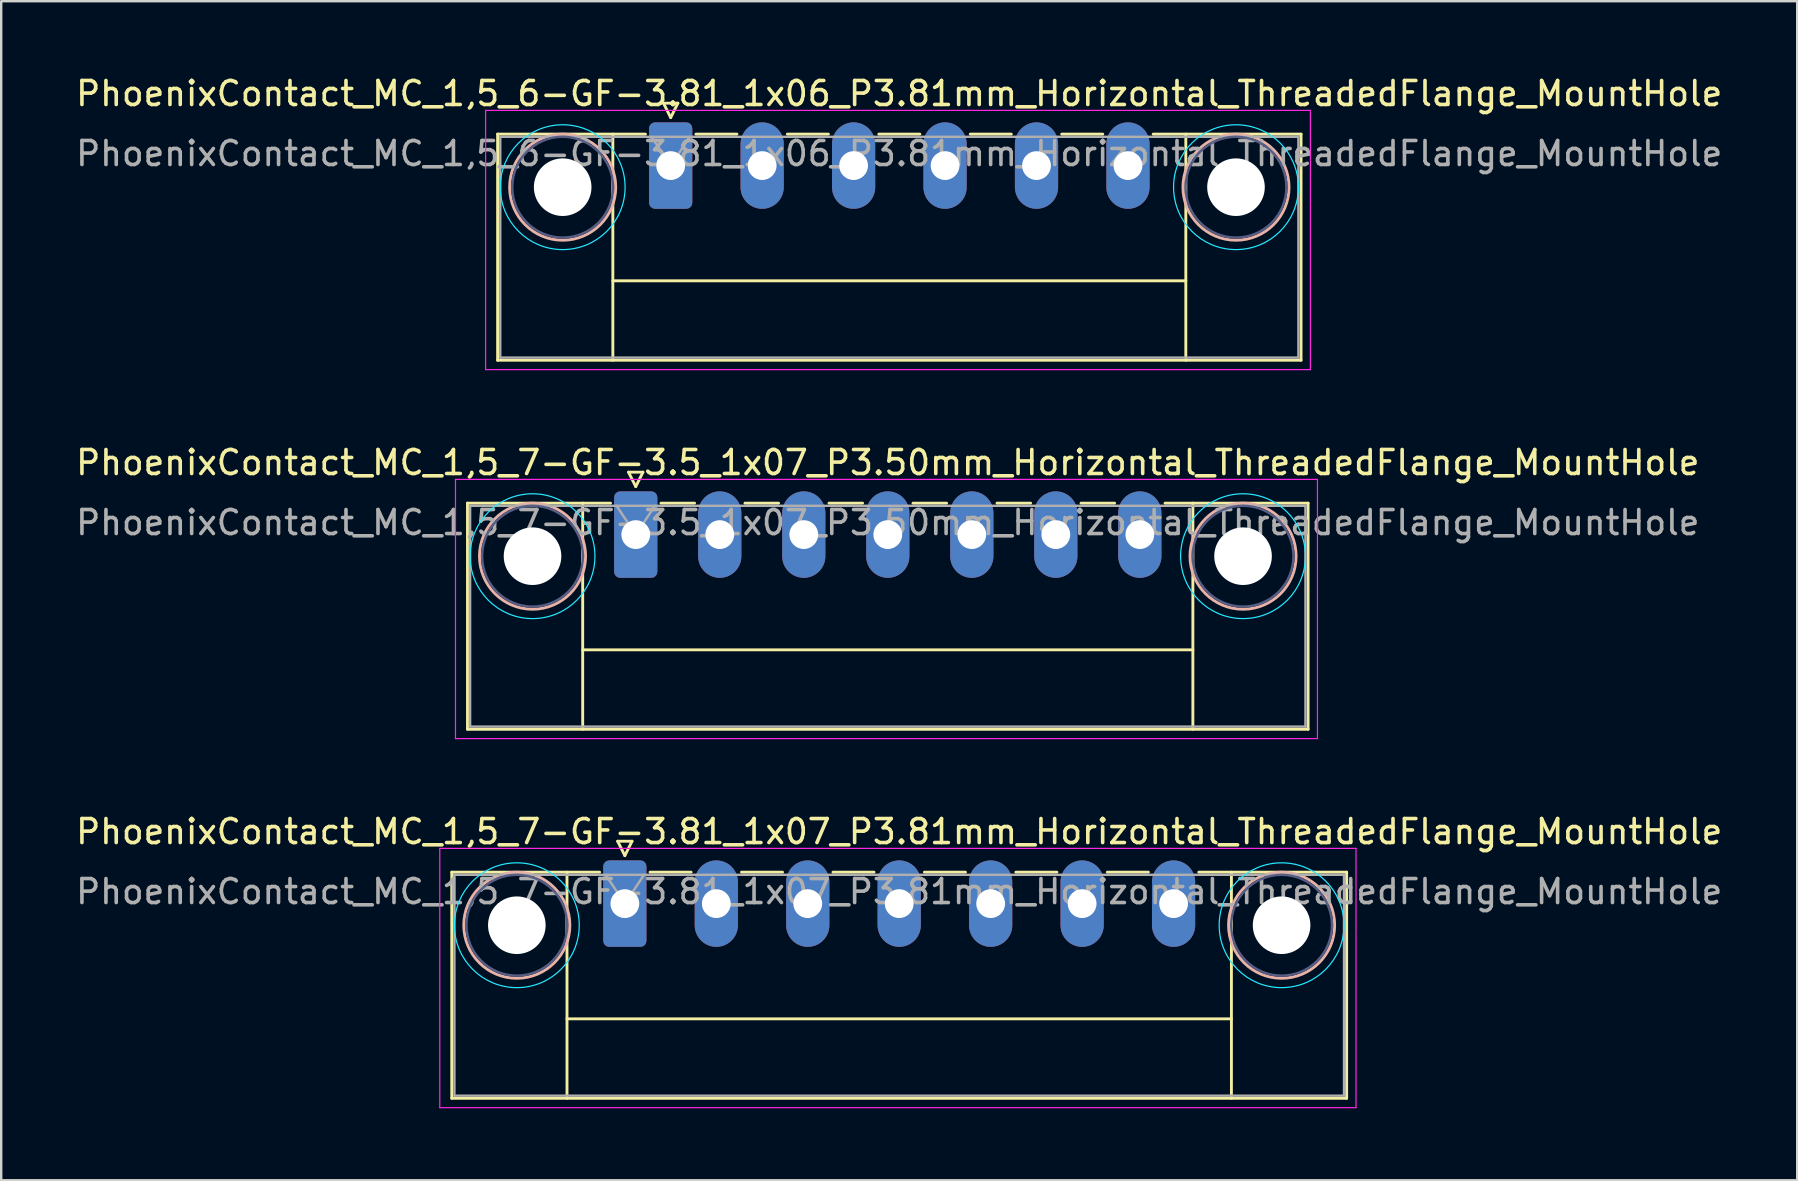
<source format=kicad_pcb>
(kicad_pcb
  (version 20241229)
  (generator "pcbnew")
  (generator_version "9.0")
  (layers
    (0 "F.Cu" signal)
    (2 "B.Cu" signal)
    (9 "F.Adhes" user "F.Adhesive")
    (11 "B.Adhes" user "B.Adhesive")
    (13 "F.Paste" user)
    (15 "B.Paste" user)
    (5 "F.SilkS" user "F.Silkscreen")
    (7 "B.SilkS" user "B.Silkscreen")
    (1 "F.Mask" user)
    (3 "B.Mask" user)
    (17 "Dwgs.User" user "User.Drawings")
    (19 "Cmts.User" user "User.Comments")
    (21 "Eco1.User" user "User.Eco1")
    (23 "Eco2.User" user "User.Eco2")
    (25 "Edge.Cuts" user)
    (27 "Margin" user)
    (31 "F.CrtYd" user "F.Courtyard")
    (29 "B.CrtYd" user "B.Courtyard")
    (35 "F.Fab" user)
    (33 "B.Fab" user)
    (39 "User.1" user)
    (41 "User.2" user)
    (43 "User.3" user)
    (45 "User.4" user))
  (footprint "PhoenixContact_MC_1,5_7-GF-3.5_1x07_P3.50mm_Horizontal_ThreadedFlange_MountHole"
    (layer "F.Cu")
    (at 23.435 19.221)
    (property "Reference" "PhoenixContact_MC_1,5_7-GF-3.5_1x07_P3.50mm_Horizontal_ThreadedFlange_MountHole" (at 10.5 -3 0) (layer "F.SilkS") (effects (font (size 1 1) (thickness 0.15))))
    (attr through_hole)
    (fp_line (start -7.01 -1.31) (end -7.01 8.11) (stroke (width 0.12) (type solid)) (layer "F.SilkS"))
    (fp_line (start -7.01 -1.31) (end -1.05 -1.31) (stroke (width 0.12) (type solid)) (layer "F.SilkS"))
    (fp_line (start -7.01 8.11) (end 28.01 8.11) (stroke (width 0.12) (type solid)) (layer "F.SilkS"))
    (fp_line (start -2.21 -1.31) (end -2.21 8.11) (stroke (width 0.12) (type solid)) (layer "F.SilkS"))
    (fp_line (start -2.21 4.8) (end 23.21 4.8) (stroke (width 0.12) (type solid)) (layer "F.SilkS"))
    (fp_line (start -0.3 -2.6) (end 0.3 -2.6) (stroke (width 0.12) (type solid)) (layer "F.SilkS"))
    (fp_line (start 0 -2) (end -0.3 -2.6) (stroke (width 0.12) (type solid)) (layer "F.SilkS"))
    (fp_line (start 0.3 -2.6) (end 0 -2) (stroke (width 0.12) (type solid)) (layer "F.SilkS"))
    (fp_line (start 1.05 -1.31) (end 2.45 -1.31) (stroke (width 0.12) (type solid)) (layer "F.SilkS"))
    (fp_line (start 4.55 -1.31) (end 5.95 -1.31) (stroke (width 0.12) (type solid)) (layer "F.SilkS"))
    (fp_line (start 8.05 -1.31) (end 9.45 -1.31) (stroke (width 0.12) (type solid)) (layer "F.SilkS"))
    (fp_line (start 11.55 -1.31) (end 12.95 -1.31) (stroke (width 0.12) (type solid)) (layer "F.SilkS"))
    (fp_line (start 15.05 -1.31) (end 16.45 -1.31) (stroke (width 0.12) (type solid)) (layer "F.SilkS"))
    (fp_line (start 18.55 -1.31) (end 19.95 -1.31) (stroke (width 0.12) (type solid)) (layer "F.SilkS"))
    (fp_line (start 23.21 -1.31) (end 23.21 8.11) (stroke (width 0.12) (type solid)) (layer "F.SilkS"))
    (fp_line (start 28.01 -1.31) (end 22.05 -1.31) (stroke (width 0.12) (type solid)) (layer "F.SilkS"))
    (fp_line (start 28.01 8.11) (end 28.01 -1.31) (stroke (width 0.12) (type solid)) (layer "F.SilkS"))
    (fp_circle (center -4.3 0.9) (end -2.09 0.9) (stroke (width 0.12) (type solid)) (fill no) (layer "B.SilkS"))
    (fp_circle (center 25.3 0.9) (end 27.51 0.9) (stroke (width 0.12) (type solid)) (fill no) (layer "B.SilkS"))
    (fp_circle (center -4.3 0.9) (end -1.7 0.9) (stroke (width 0.05) (type solid)) (fill no) (layer "B.CrtYd"))
    (fp_circle (center 25.3 0.9) (end 27.9 0.9) (stroke (width 0.05) (type solid)) (fill no) (layer "B.CrtYd"))
    (fp_line (start -7.51 -2.3) (end -7.51 8.5) (stroke (width 0.05) (type solid)) (layer "F.CrtYd"))
    (fp_line (start -7.51 8.5) (end 28.4 8.5) (stroke (width 0.05) (type solid)) (layer "F.CrtYd"))
    (fp_line (start 28.4 -2.3) (end -7.51 -2.3) (stroke (width 0.05) (type solid)) (layer "F.CrtYd"))
    (fp_line (start 28.4 8.5) (end 28.4 -2.3) (stroke (width 0.05) (type solid)) (layer "F.CrtYd"))
    (fp_circle (center -4.3 0.9) (end -2.2 0.9) (stroke (width 0.1) (type solid)) (fill no) (layer "B.Fab"))
    (fp_circle (center 25.3 0.9) (end 27.4 0.9) (stroke (width 0.1) (type solid)) (fill no) (layer "B.Fab"))
    (fp_line (start -6.9 -1.2) (end -6.9 8) (stroke (width 0.1) (type solid)) (layer "F.Fab"))
    (fp_line (start -6.9 8) (end 27.9 8) (stroke (width 0.1) (type solid)) (layer "F.Fab"))
    (fp_line (start 0 0) (end -0.8 -1.2) (stroke (width 0.1) (type solid)) (layer "F.Fab"))
    (fp_line (start 0.8 -1.2) (end 0 0) (stroke (width 0.1) (type solid)) (layer "F.Fab"))
    (fp_line (start 27.9 -1.2) (end -6.9 -1.2) (stroke (width 0.1) (type solid)) (layer "F.Fab"))
    (fp_line (start 27.9 8) (end 27.9 -1.2) (stroke (width 0.1) (type solid)) (layer "F.Fab"))
    (fp_text user "${REFERENCE}" (at 10.5 -0.5 0) (layer "F.Fab") (effects (font (size 1 1) (thickness 0.15))))
    (pad "" np_thru_hole circle (at -4.3 0.9) (size 2.4 2.4) (drill 2.4) (layers "*.Cu" "*.Mask"))
    (pad "" np_thru_hole circle (at 25.3 0.9) (size 2.4 2.4) (drill 2.4) (layers "*.Cu" "*.Mask"))
    (pad "1" thru_hole roundrect (at 0 0) (size 1.8 3.6) (drill 1.2) (layers "*.Cu" "*.Mask") (roundrect_rratio 0.139))
    (pad "2" thru_hole oval (at 3.5 0) (size 1.8 3.6) (drill 1.2) (layers "*.Cu" "*.Mask"))
    (pad "3" thru_hole oval (at 7 0) (size 1.8 3.6) (drill 1.2) (layers "*.Cu" "*.Mask"))
    (pad "4" thru_hole oval (at 10.5 0) (size 1.8 3.6) (drill 1.2) (layers "*.Cu" "*.Mask"))
    (pad "5" thru_hole oval (at 14 0) (size 1.8 3.6) (drill 1.2) (layers "*.Cu" "*.Mask"))
    (pad "6" thru_hole oval (at 17.5 0) (size 1.8 3.6) (drill 1.2) (layers "*.Cu" "*.Mask"))
    (pad "7" thru_hole oval (at 21 0) (size 1.8 3.6) (drill 1.2) (layers "*.Cu" "*.Mask")))
  (footprint "PhoenixContact_MC_1,5_6-GF-3.81_1x06_P3.81mm_Horizontal_ThreadedFlange_MountHole"
    (layer "F.Cu")
    (at 24.891 3.848)
    (property "Reference" "PhoenixContact_MC_1,5_6-GF-3.81_1x06_P3.81mm_Horizontal_ThreadedFlange_MountHole" (at 9.52 -3 0) (layer "F.SilkS") (effects (font (size 1 1) (thickness 0.15))))
    (attr through_hole)
    (fp_line (start -7.21 -1.31) (end -7.21 8.11) (stroke (width 0.12) (type solid)) (layer "F.SilkS"))
    (fp_line (start -7.21 -1.31) (end -1.05 -1.31) (stroke (width 0.12) (type solid)) (layer "F.SilkS"))
    (fp_line (start -7.21 8.11) (end 26.26 8.11) (stroke (width 0.12) (type solid)) (layer "F.SilkS"))
    (fp_line (start -2.41 -1.31) (end -2.41 8.11) (stroke (width 0.12) (type solid)) (layer "F.SilkS"))
    (fp_line (start -2.41 4.8) (end 21.46 4.8) (stroke (width 0.12) (type solid)) (layer "F.SilkS"))
    (fp_line (start -0.3 -2.6) (end 0.3 -2.6) (stroke (width 0.12) (type solid)) (layer "F.SilkS"))
    (fp_line (start 0 -2) (end -0.3 -2.6) (stroke (width 0.12) (type solid)) (layer "F.SilkS"))
    (fp_line (start 0.3 -2.6) (end 0 -2) (stroke (width 0.12) (type solid)) (layer "F.SilkS"))
    (fp_line (start 1.05 -1.31) (end 2.76 -1.31) (stroke (width 0.12) (type solid)) (layer "F.SilkS"))
    (fp_line (start 4.86 -1.31) (end 6.57 -1.31) (stroke (width 0.12) (type solid)) (layer "F.SilkS"))
    (fp_line (start 8.67 -1.31) (end 10.38 -1.31) (stroke (width 0.12) (type solid)) (layer "F.SilkS"))
    (fp_line (start 12.48 -1.31) (end 14.19 -1.31) (stroke (width 0.12) (type solid)) (layer "F.SilkS"))
    (fp_line (start 16.29 -1.31) (end 18 -1.31) (stroke (width 0.12) (type solid)) (layer "F.SilkS"))
    (fp_line (start 21.46 -1.31) (end 21.46 8.11) (stroke (width 0.12) (type solid)) (layer "F.SilkS"))
    (fp_line (start 26.26 -1.31) (end 20.1 -1.31) (stroke (width 0.12) (type solid)) (layer "F.SilkS"))
    (fp_line (start 26.26 8.11) (end 26.26 -1.31) (stroke (width 0.12) (type solid)) (layer "F.SilkS"))
    (fp_circle (center -4.5 0.9) (end -2.29 0.9) (stroke (width 0.12) (type solid)) (fill no) (layer "B.SilkS"))
    (fp_circle (center 23.55 0.9) (end 25.76 0.9) (stroke (width 0.12) (type solid)) (fill no) (layer "B.SilkS"))
    (fp_circle (center -4.5 0.9) (end -1.9 0.9) (stroke (width 0.05) (type solid)) (fill no) (layer "B.CrtYd"))
    (fp_circle (center 23.55 0.9) (end 26.15 0.9) (stroke (width 0.05) (type solid)) (fill no) (layer "B.CrtYd"))
    (fp_line (start -7.71 -2.3) (end -7.71 8.5) (stroke (width 0.05) (type solid)) (layer "F.CrtYd"))
    (fp_line (start -7.71 8.5) (end 26.65 8.5) (stroke (width 0.05) (type solid)) (layer "F.CrtYd"))
    (fp_line (start 26.65 -2.3) (end -7.71 -2.3) (stroke (width 0.05) (type solid)) (layer "F.CrtYd"))
    (fp_line (start 26.65 8.5) (end 26.65 -2.3) (stroke (width 0.05) (type solid)) (layer "F.CrtYd"))
    (fp_circle (center -4.5 0.9) (end -2.4 0.9) (stroke (width 0.1) (type solid)) (fill no) (layer "B.Fab"))
    (fp_circle (center 23.55 0.9) (end 25.65 0.9) (stroke (width 0.1) (type solid)) (fill no) (layer "B.Fab"))
    (fp_line (start -7.1 -1.2) (end -7.1 8) (stroke (width 0.1) (type solid)) (layer "F.Fab"))
    (fp_line (start -7.1 8) (end 26.15 8) (stroke (width 0.1) (type solid)) (layer "F.Fab"))
    (fp_line (start 0 0) (end -0.8 -1.2) (stroke (width 0.1) (type solid)) (layer "F.Fab"))
    (fp_line (start 0.8 -1.2) (end 0 0) (stroke (width 0.1) (type solid)) (layer "F.Fab"))
    (fp_line (start 26.15 -1.2) (end -7.1 -1.2) (stroke (width 0.1) (type solid)) (layer "F.Fab"))
    (fp_line (start 26.15 8) (end 26.15 -1.2) (stroke (width 0.1) (type solid)) (layer "F.Fab"))
    (fp_text user "${REFERENCE}" (at 9.52 -0.5 0) (layer "F.Fab") (effects (font (size 1 1) (thickness 0.15))))
    (pad "" np_thru_hole circle (at -4.5 0.9) (size 2.4 2.4) (drill 2.4) (layers "*.Cu" "*.Mask"))
    (pad "" np_thru_hole circle (at 23.55 0.9) (size 2.4 2.4) (drill 2.4) (layers "*.Cu" "*.Mask"))
    (pad "1" thru_hole roundrect (at 0 0) (size 1.8 3.6) (drill 1.2) (layers "*.Cu" "*.Mask") (roundrect_rratio 0.139))
    (pad "2" thru_hole oval (at 3.81 0) (size 1.8 3.6) (drill 1.2) (layers "*.Cu" "*.Mask"))
    (pad "3" thru_hole oval (at 7.62 0) (size 1.8 3.6) (drill 1.2) (layers "*.Cu" "*.Mask"))
    (pad "4" thru_hole oval (at 11.43 0) (size 1.8 3.6) (drill 1.2) (layers "*.Cu" "*.Mask"))
    (pad "5" thru_hole oval (at 15.24 0) (size 1.8 3.6) (drill 1.2) (layers "*.Cu" "*.Mask"))
    (pad "6" thru_hole oval (at 19.05 0) (size 1.8 3.6) (drill 1.2) (layers "*.Cu" "*.Mask")))
  (footprint "PhoenixContact_MC_1,5_7-GF-3.81_1x07_P3.81mm_Horizontal_ThreadedFlange_MountHole"
    (layer "F.Cu")
    (at 22.981 34.595)
    (property "Reference" "PhoenixContact_MC_1,5_7-GF-3.81_1x07_P3.81mm_Horizontal_ThreadedFlange_MountHole" (at 11.43 -3 0) (layer "F.SilkS") (effects (font (size 1 1) (thickness 0.15))))
    (attr through_hole)
    (fp_line (start -7.21 -1.31) (end -7.21 8.11) (stroke (width 0.12) (type solid)) (layer "F.SilkS"))
    (fp_line (start -7.21 -1.31) (end -1.05 -1.31) (stroke (width 0.12) (type solid)) (layer "F.SilkS"))
    (fp_line (start -7.21 8.11) (end 30.07 8.11) (stroke (width 0.12) (type solid)) (layer "F.SilkS"))
    (fp_line (start -2.41 -1.31) (end -2.41 8.11) (stroke (width 0.12) (type solid)) (layer "F.SilkS"))
    (fp_line (start -2.41 4.8) (end 25.27 4.8) (stroke (width 0.12) (type solid)) (layer "F.SilkS"))
    (fp_line (start -0.3 -2.6) (end 0.3 -2.6) (stroke (width 0.12) (type solid)) (layer "F.SilkS"))
    (fp_line (start 0 -2) (end -0.3 -2.6) (stroke (width 0.12) (type solid)) (layer "F.SilkS"))
    (fp_line (start 0.3 -2.6) (end 0 -2) (stroke (width 0.12) (type solid)) (layer "F.SilkS"))
    (fp_line (start 1.05 -1.31) (end 2.76 -1.31) (stroke (width 0.12) (type solid)) (layer "F.SilkS"))
    (fp_line (start 4.86 -1.31) (end 6.57 -1.31) (stroke (width 0.12) (type solid)) (layer "F.SilkS"))
    (fp_line (start 8.67 -1.31) (end 10.38 -1.31) (stroke (width 0.12) (type solid)) (layer "F.SilkS"))
    (fp_line (start 12.48 -1.31) (end 14.19 -1.31) (stroke (width 0.12) (type solid)) (layer "F.SilkS"))
    (fp_line (start 16.29 -1.31) (end 18 -1.31) (stroke (width 0.12) (type solid)) (layer "F.SilkS"))
    (fp_line (start 20.1 -1.31) (end 21.81 -1.31) (stroke (width 0.12) (type solid)) (layer "F.SilkS"))
    (fp_line (start 25.27 -1.31) (end 25.27 8.11) (stroke (width 0.12) (type solid)) (layer "F.SilkS"))
    (fp_line (start 30.07 -1.31) (end 23.91 -1.31) (stroke (width 0.12) (type solid)) (layer "F.SilkS"))
    (fp_line (start 30.07 8.11) (end 30.07 -1.31) (stroke (width 0.12) (type solid)) (layer "F.SilkS"))
    (fp_circle (center -4.5 0.9) (end -2.29 0.9) (stroke (width 0.12) (type solid)) (fill no) (layer "B.SilkS"))
    (fp_circle (center 27.36 0.9) (end 29.57 0.9) (stroke (width 0.12) (type solid)) (fill no) (layer "B.SilkS"))
    (fp_circle (center -4.5 0.9) (end -1.9 0.9) (stroke (width 0.05) (type solid)) (fill no) (layer "B.CrtYd"))
    (fp_circle (center 27.36 0.9) (end 29.96 0.9) (stroke (width 0.05) (type solid)) (fill no) (layer "B.CrtYd"))
    (fp_line (start -7.71 -2.3) (end -7.71 8.5) (stroke (width 0.05) (type solid)) (layer "F.CrtYd"))
    (fp_line (start -7.71 8.5) (end 30.46 8.5) (stroke (width 0.05) (type solid)) (layer "F.CrtYd"))
    (fp_line (start 30.46 -2.3) (end -7.71 -2.3) (stroke (width 0.05) (type solid)) (layer "F.CrtYd"))
    (fp_line (start 30.46 8.5) (end 30.46 -2.3) (stroke (width 0.05) (type solid)) (layer "F.CrtYd"))
    (fp_circle (center -4.5 0.9) (end -2.4 0.9) (stroke (width 0.1) (type solid)) (fill no) (layer "B.Fab"))
    (fp_circle (center 27.36 0.9) (end 29.46 0.9) (stroke (width 0.1) (type solid)) (fill no) (layer "B.Fab"))
    (fp_line (start -7.1 -1.2) (end -7.1 8) (stroke (width 0.1) (type solid)) (layer "F.Fab"))
    (fp_line (start -7.1 8) (end 29.96 8) (stroke (width 0.1) (type solid)) (layer "F.Fab"))
    (fp_line (start 0 0) (end -0.8 -1.2) (stroke (width 0.1) (type solid)) (layer "F.Fab"))
    (fp_line (start 0.8 -1.2) (end 0 0) (stroke (width 0.1) (type solid)) (layer "F.Fab"))
    (fp_line (start 29.96 -1.2) (end -7.1 -1.2) (stroke (width 0.1) (type solid)) (layer "F.Fab"))
    (fp_line (start 29.96 8) (end 29.96 -1.2) (stroke (width 0.1) (type solid)) (layer "F.Fab"))
    (fp_text user "${REFERENCE}" (at 11.43 -0.5 0) (layer "F.Fab") (effects (font (size 1 1) (thickness 0.15))))
    (pad "" np_thru_hole circle (at -4.5 0.9) (size 2.4 2.4) (drill 2.4) (layers "*.Cu" "*.Mask"))
    (pad "" np_thru_hole circle (at 27.36 0.9) (size 2.4 2.4) (drill 2.4) (layers "*.Cu" "*.Mask"))
    (pad "1" thru_hole roundrect (at 0 0) (size 1.8 3.6) (drill 1.2) (layers "*.Cu" "*.Mask") (roundrect_rratio 0.139))
    (pad "2" thru_hole oval (at 3.81 0) (size 1.8 3.6) (drill 1.2) (layers "*.Cu" "*.Mask"))
    (pad "3" thru_hole oval (at 7.62 0) (size 1.8 3.6) (drill 1.2) (layers "*.Cu" "*.Mask"))
    (pad "4" thru_hole oval (at 11.43 0) (size 1.8 3.6) (drill 1.2) (layers "*.Cu" "*.Mask"))
    (pad "5" thru_hole oval (at 15.24 0) (size 1.8 3.6) (drill 1.2) (layers "*.Cu" "*.Mask"))
    (pad "6" thru_hole oval (at 19.05 0) (size 1.8 3.6) (drill 1.2) (layers "*.Cu" "*.Mask"))
    (pad "7" thru_hole oval (at 22.86 0) (size 1.8 3.6) (drill 1.2) (layers "*.Cu" "*.Mask")))
  (gr_rect
    (start -3 -3)
    (end 71.821 46.12)
    (stroke (width 0.1) (type default))
    (fill no)
    (layer "Edge.Cuts")))
</source>
